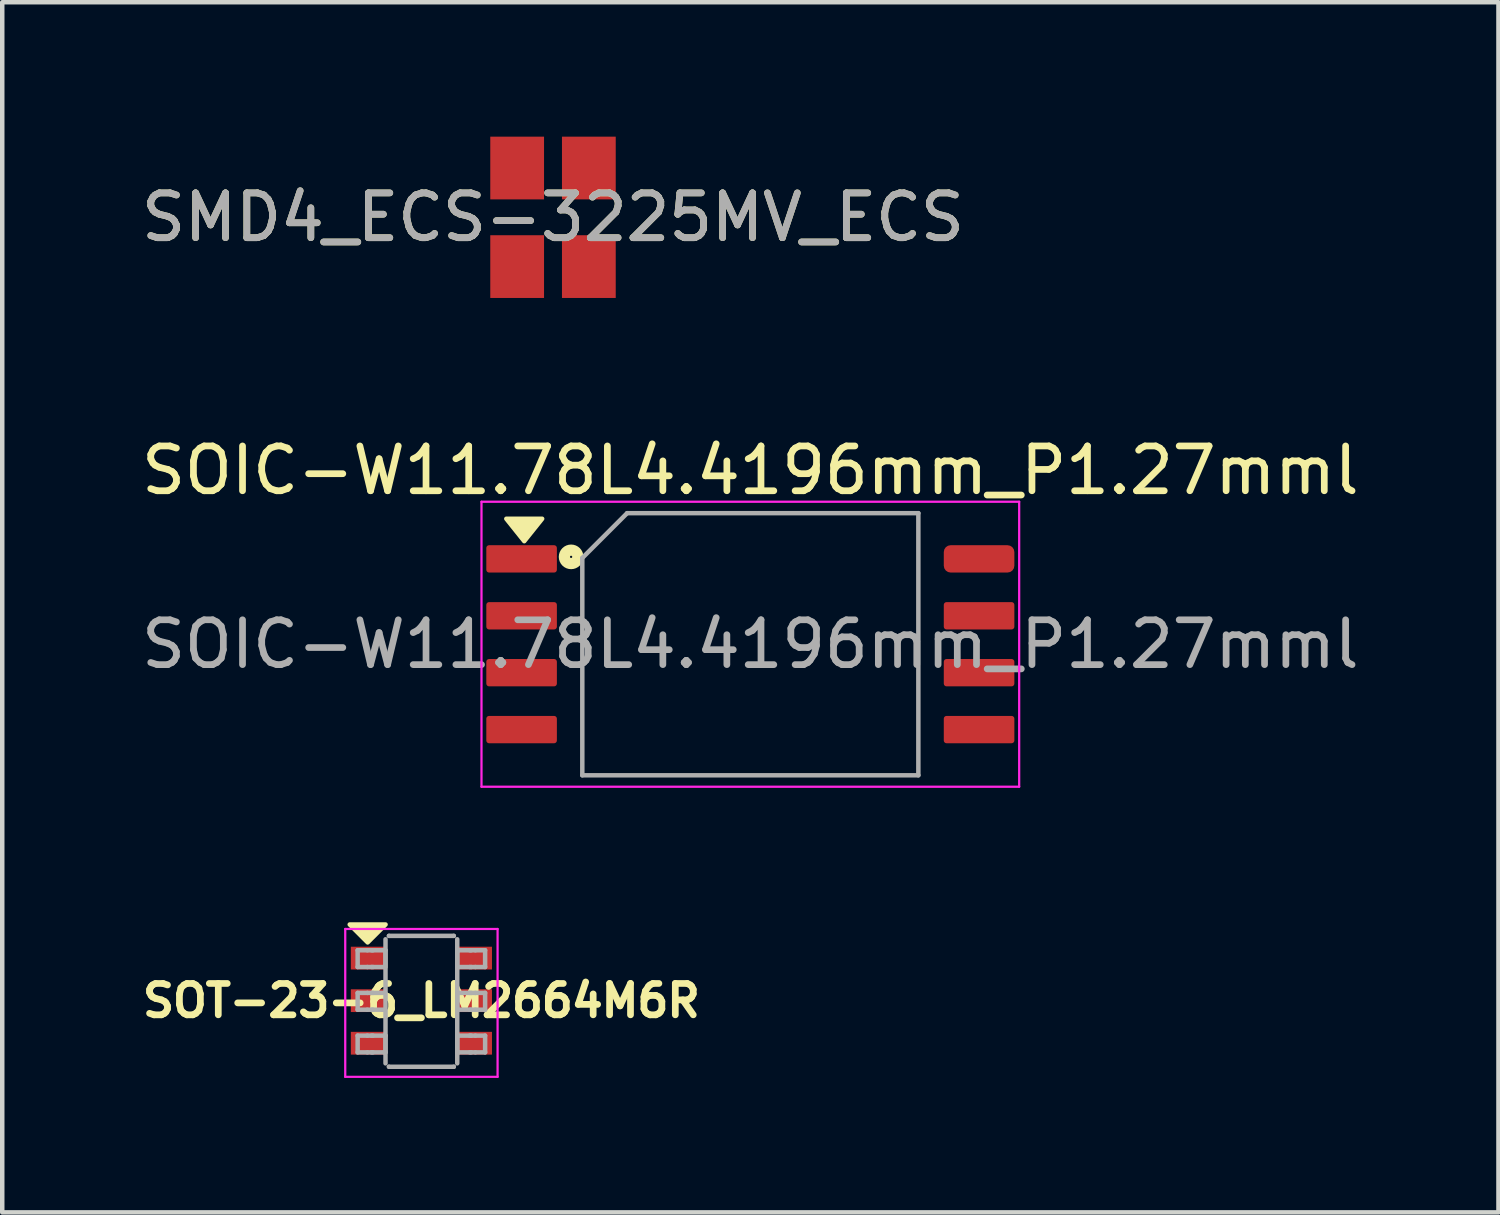
<source format=kicad_pcb>
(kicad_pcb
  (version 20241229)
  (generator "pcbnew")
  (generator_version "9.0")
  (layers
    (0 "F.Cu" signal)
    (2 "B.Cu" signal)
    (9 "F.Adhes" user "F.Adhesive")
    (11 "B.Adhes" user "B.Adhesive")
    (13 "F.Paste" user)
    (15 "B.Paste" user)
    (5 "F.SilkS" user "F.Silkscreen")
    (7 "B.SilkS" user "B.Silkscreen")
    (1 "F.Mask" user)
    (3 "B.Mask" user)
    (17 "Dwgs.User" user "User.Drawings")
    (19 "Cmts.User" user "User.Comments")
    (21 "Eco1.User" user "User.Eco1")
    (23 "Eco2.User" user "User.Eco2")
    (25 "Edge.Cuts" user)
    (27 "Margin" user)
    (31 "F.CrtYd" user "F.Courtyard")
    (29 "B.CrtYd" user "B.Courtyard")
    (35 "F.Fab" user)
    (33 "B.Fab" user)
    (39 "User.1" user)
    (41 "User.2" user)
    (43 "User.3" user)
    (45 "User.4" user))
  (footprint "SOIC-W11.78L4.4196mm_P1.27mml"
    (layer "F.Cu")
    (at 13.696 11.328)
    (property "Reference" "SOIC-W11.78L4.4196mm_P1.27mml" (at 0 -3.88 0) (layer "F.SilkS") (effects (font (size 1 1) (thickness 0.15))))
    (attr smd)
    (fp_circle (center -4 -1.95) (end -3.85 -1.95) (stroke (width 0.25) (type default)) (fill no) (layer "F.SilkS"))
    (fp_poly (pts (xy -5.446 -2.8) (xy -4.646 -2.8) (xy -5.046 -2.3)) (stroke (width 0.1) (type solid)) (fill yes) (layer "F.SilkS"))
    (fp_line (start -6 -3.18) (end -6 3.18) (stroke (width 0.05) (type solid)) (layer "F.CrtYd"))
    (fp_line (start -6 3.18) (end 6 3.18) (stroke (width 0.05) (type solid)) (layer "F.CrtYd"))
    (fp_line (start 6 -3.18) (end -6 -3.18) (stroke (width 0.05) (type solid)) (layer "F.CrtYd"))
    (fp_line (start 6 3.18) (end 6 -3.18) (stroke (width 0.05) (type solid)) (layer "F.CrtYd"))
    (fp_line (start -3.75 -1.925) (end -2.75 -2.925) (stroke (width 0.1) (type solid)) (layer "F.Fab"))
    (fp_line (start -3.75 2.925) (end -3.75 -1.925) (stroke (width 0.1) (type solid)) (layer "F.Fab"))
    (fp_line (start -2.75 -2.925) (end 3.75 -2.925) (stroke (width 0.1) (type solid)) (layer "F.Fab"))
    (fp_line (start 3.75 -2.925) (end 3.75 2.925) (stroke (width 0.1) (type solid)) (layer "F.Fab"))
    (fp_line (start 3.75 2.925) (end -3.75 2.925) (stroke (width 0.1) (type solid)) (layer "F.Fab"))
    (fp_text user "${REFERENCE}" (at 0 0 0) (layer "F.Fab") (effects (font (size 1 1) (thickness 0.15))))
    (pad "1" smd roundrect (at -5.105 -1.905) (size 1.575 0.61) (layers "F.Cu" "F.Mask" "F.Paste") (roundrect_rratio 0.1))
    (pad "2" smd roundrect (at -5.105 -0.635) (size 1.575 0.61) (layers "F.Cu" "F.Mask" "F.Paste") (roundrect_rratio 0.1))
    (pad "3" smd roundrect (at -5.105 0.635) (size 1.575 0.61) (layers "F.Cu" "F.Mask" "F.Paste") (roundrect_rratio 0.1))
    (pad "4" smd roundrect (at -5.105 1.905) (size 1.575 0.61) (layers "F.Cu" "F.Mask" "F.Paste") (roundrect_rratio 0.1))
    (pad "5" smd roundrect (at 5.105 1.905) (size 1.575 0.61) (layers "F.Cu" "F.Mask" "F.Paste") (roundrect_rratio 0.1))
    (pad "6" smd roundrect (at 5.105 0.635) (size 1.575 0.61) (layers "F.Cu" "F.Mask" "F.Paste") (roundrect_rratio 0.1))
    (pad "7" smd roundrect (at 5.105 -0.635) (size 1.575 0.61) (layers "F.Cu" "F.Mask" "F.Paste") (roundrect_rratio 0.1))
    (pad "8" smd roundrect (at 5.105 -1.905) (size 1.575 0.61) (layers "F.Cu" "F.Mask" "F.Paste") (roundrect_rratio 0.25)))
  (footprint "SMD4_ECS-3225MV_ECS"
    (layer "F.Cu")
    (at 9.292 1.8)
    (property "Reference" "SMD4_ECS-3225MV_ECS" (at 0 0 0) (unlocked yes) (layer "F.SilkS") (effects (font (size 1 1) (thickness 0.15))))
    (attr smd)
    (fp_text user "${REFERENCE}" (at 0 0 0) (unlocked yes) (layer "F.Fab") (effects (font (size 1 1) (thickness 0.15))))
    (pad "1" smd rect (at -0.8 -1.1) (size 1.2 1.4) (layers "F.Cu" "F.Mask" "F.Paste"))
    (pad "2" smd rect (at -0.8 1.1) (size 1.2 1.4) (layers "F.Cu" "F.Mask" "F.Paste"))
    (pad "3" smd rect (at 0.8 1.1) (size 1.2 1.4) (layers "F.Cu" "F.Mask" "F.Paste"))
    (pad "4" smd rect (at 0.8 -1.1) (size 1.2 1.4) (layers "F.Cu" "F.Mask" "F.Paste")))
  (footprint "SOT-23-6_LM2664M6R"
    (layer "F.Cu")
    (at 6.355 19.283)
    (property "Reference" "SOT-23-6_LM2664M6R" (at 0 0 0) (layer "F.SilkS") (effects (font (size 0.7 0.7) (thickness 0.15))))
    (attr through_hole)
    (fp_poly (pts (xy -1.2 -1.3) (xy -1.6 -1.7) (xy -0.8 -1.7)) (stroke (width 0.1) (type solid)) (fill yes) (layer "F.SilkS"))
    (fp_line (start -1.7 -1.6) (end 1.7 -1.6) (stroke (width 0.05) (type solid)) (layer "F.CrtYd"))
    (fp_line (start -1.7 1.7) (end -1.7 -1.6) (stroke (width 0.05) (type solid)) (layer "F.CrtYd"))
    (fp_line (start -1.7 1.7) (end 1.7 1.7) (stroke (width 0.05) (type solid)) (layer "F.CrtYd"))
    (fp_line (start 1.7 1.7) (end 1.7 -1.6) (stroke (width 0.05) (type solid)) (layer "F.CrtYd"))
    (fp_line (start -1.423 -1.125) (end -1.206 -1.125) (stroke (width 0.1) (type solid)) (layer "F.Fab"))
    (fp_line (start -1.423 -0.751) (end -1.423 -1.125) (stroke (width 0.1) (type solid)) (layer "F.Fab"))
    (fp_line (start -1.423 -0.751) (end -1.206 -0.751) (stroke (width 0.1) (type solid)) (layer "F.Fab"))
    (fp_line (start -1.423 -0.173) (end -1.206 -0.173) (stroke (width 0.1) (type solid)) (layer "F.Fab"))
    (fp_line (start -1.423 0.202) (end -1.423 -0.173) (stroke (width 0.1) (type solid)) (layer "F.Fab"))
    (fp_line (start -1.423 0.202) (end -1.206 0.202) (stroke (width 0.1) (type solid)) (layer "F.Fab"))
    (fp_line (start -1.423 0.78) (end -1.206 0.78) (stroke (width 0.1) (type solid)) (layer "F.Fab"))
    (fp_line (start -1.423 1.154) (end -1.423 0.78) (stroke (width 0.1) (type solid)) (layer "F.Fab"))
    (fp_line (start -1.423 1.154) (end -1.206 1.154) (stroke (width 0.1) (type solid)) (layer "F.Fab"))
    (fp_line (start -1.206 -1.125) (end -1.113 -1.125) (stroke (width 0.1) (type solid)) (layer "F.Fab"))
    (fp_line (start -1.206 -0.751) (end -1.113 -0.751) (stroke (width 0.1) (type solid)) (layer "F.Fab"))
    (fp_line (start -1.206 -0.173) (end -1.113 -0.173) (stroke (width 0.1) (type solid)) (layer "F.Fab"))
    (fp_line (start -1.206 0.202) (end -1.113 0.202) (stroke (width 0.1) (type solid)) (layer "F.Fab"))
    (fp_line (start -1.206 0.78) (end -1.113 0.78) (stroke (width 0.1) (type solid)) (layer "F.Fab"))
    (fp_line (start -1.206 1.154) (end -1.113 1.154) (stroke (width 0.1) (type solid)) (layer "F.Fab"))
    (fp_line (start -1.113 -1.125) (end -1.081 -1.125) (stroke (width 0.1) (type solid)) (layer "F.Fab"))
    (fp_line (start -1.113 -0.751) (end -1.081 -0.751) (stroke (width 0.1) (type solid)) (layer "F.Fab"))
    (fp_line (start -1.113 -0.173) (end -1.081 -0.173) (stroke (width 0.1) (type solid)) (layer "F.Fab"))
    (fp_line (start -1.113 0.202) (end -1.081 0.202) (stroke (width 0.1) (type solid)) (layer "F.Fab"))
    (fp_line (start -1.113 0.78) (end -1.081 0.78) (stroke (width 0.1) (type solid)) (layer "F.Fab"))
    (fp_line (start -1.113 1.154) (end -1.081 1.154) (stroke (width 0.1) (type solid)) (layer "F.Fab"))
    (fp_line (start -1.081 -1.125) (end -0.828 -1.125) (stroke (width 0.1) (type solid)) (layer "F.Fab"))
    (fp_line (start -1.081 -0.751) (end -0.828 -0.751) (stroke (width 0.1) (type solid)) (layer "F.Fab"))
    (fp_line (start -1.081 -0.173) (end -0.828 -0.173) (stroke (width 0.1) (type solid)) (layer "F.Fab"))
    (fp_line (start -1.081 0.202) (end -0.828 0.202) (stroke (width 0.1) (type solid)) (layer "F.Fab"))
    (fp_line (start -1.081 0.78) (end -0.828 0.78) (stroke (width 0.1) (type solid)) (layer "F.Fab"))
    (fp_line (start -1.081 1.154) (end -0.828 1.154) (stroke (width 0.1) (type solid)) (layer "F.Fab"))
    (fp_line (start -0.828 -1.125) (end -0.801 -1.125) (stroke (width 0.1) (type solid)) (layer "F.Fab"))
    (fp_line (start -0.828 0.78) (end -0.801 0.78) (stroke (width 0.1) (type solid)) (layer "F.Fab"))
    (fp_line (start -0.828 1.154) (end -0.801 1.154) (stroke (width 0.1) (type solid)) (layer "F.Fab"))
    (fp_line (start -0.801 -0.751) (end -0.801 -1.125) (stroke (width 0.1) (type solid)) (layer "F.Fab"))
    (fp_line (start -0.801 1.154) (end -0.801 0.78) (stroke (width 0.1) (type solid)) (layer "F.Fab"))
    (fp_line (start -0.801 1.399) (end -0.801 -1.37) (stroke (width 0.1) (type solid)) (layer "F.Fab"))
    (fp_line (start -0.725 -1.446) (end -0.724 -1.446) (stroke (width 0.1) (type solid)) (layer "F.Fab"))
    (fp_line (start -0.725 1.475) (end -0.724 1.475) (stroke (width 0.1) (type solid)) (layer "F.Fab"))
    (fp_line (start -0.724 -1.446) (end 0.723 -1.446) (stroke (width 0.1) (type solid)) (layer "F.Fab"))
    (fp_line (start -0.724 1.475) (end 0.723 1.475) (stroke (width 0.1) (type solid)) (layer "F.Fab"))
    (fp_line (start 0.723 -1.446) (end 0.724 -1.446) (stroke (width 0.1) (type solid)) (layer "F.Fab"))
    (fp_line (start 0.723 1.475) (end 0.724 1.475) (stroke (width 0.1) (type solid)) (layer "F.Fab"))
    (fp_line (start 0.8 -1.125) (end 0.827 -1.125) (stroke (width 0.1) (type solid)) (layer "F.Fab"))
    (fp_line (start 0.8 -0.751) (end 0.8 -1.125) (stroke (width 0.1) (type solid)) (layer "F.Fab"))
    (fp_line (start 0.8 -0.751) (end 0.827 -0.751) (stroke (width 0.1) (type solid)) (layer "F.Fab"))
    (fp_line (start 0.8 -0.173) (end 0.827 -0.173) (stroke (width 0.1) (type solid)) (layer "F.Fab"))
    (fp_line (start 0.8 0.202) (end 0.8 -0.173) (stroke (width 0.1) (type solid)) (layer "F.Fab"))
    (fp_line (start 0.8 0.202) (end 0.827 0.202) (stroke (width 0.1) (type solid)) (layer "F.Fab"))
    (fp_line (start 0.8 0.78) (end 0.827 0.78) (stroke (width 0.1) (type solid)) (layer "F.Fab"))
    (fp_line (start 0.8 1.154) (end 0.8 0.78) (stroke (width 0.1) (type solid)) (layer "F.Fab"))
    (fp_line (start 0.8 1.154) (end 0.827 1.154) (stroke (width 0.1) (type solid)) (layer "F.Fab"))
    (fp_line (start 0.8 1.399) (end 0.8 -1.37) (stroke (width 0.1) (type solid)) (layer "F.Fab"))
    (fp_line (start 0.827 -1.125) (end 1.08 -1.125) (stroke (width 0.1) (type solid)) (layer "F.Fab"))
    (fp_line (start 0.827 -0.751) (end 1.08 -0.751) (stroke (width 0.1) (type solid)) (layer "F.Fab"))
    (fp_line (start 0.827 -0.173) (end 1.08 -0.173) (stroke (width 0.1) (type solid)) (layer "F.Fab"))
    (fp_line (start 0.827 0.202) (end 1.08 0.202) (stroke (width 0.1) (type solid)) (layer "F.Fab"))
    (fp_line (start 0.827 0.78) (end 1.08 0.78) (stroke (width 0.1) (type solid)) (layer "F.Fab"))
    (fp_line (start 0.827 1.154) (end 1.08 1.154) (stroke (width 0.1) (type solid)) (layer "F.Fab"))
    (fp_line (start 1.08 -1.125) (end 1.112 -1.125) (stroke (width 0.1) (type solid)) (layer "F.Fab"))
    (fp_line (start 1.08 -0.751) (end 1.112 -0.751) (stroke (width 0.1) (type solid)) (layer "F.Fab"))
    (fp_line (start 1.08 -0.173) (end 1.112 -0.173) (stroke (width 0.1) (type solid)) (layer "F.Fab"))
    (fp_line (start 1.08 0.202) (end 1.112 0.202) (stroke (width 0.1) (type solid)) (layer "F.Fab"))
    (fp_line (start 1.08 0.78) (end 1.112 0.78) (stroke (width 0.1) (type solid)) (layer "F.Fab"))
    (fp_line (start 1.08 1.154) (end 1.112 1.154) (stroke (width 0.1) (type solid)) (layer "F.Fab"))
    (fp_line (start 1.112 -1.125) (end 1.205 -1.125) (stroke (width 0.1) (type solid)) (layer "F.Fab"))
    (fp_line (start 1.112 -0.751) (end 1.205 -0.751) (stroke (width 0.1) (type solid)) (layer "F.Fab"))
    (fp_line (start 1.112 -0.173) (end 1.205 -0.173) (stroke (width 0.1) (type solid)) (layer "F.Fab"))
    (fp_line (start 1.112 0.202) (end 1.205 0.202) (stroke (width 0.1) (type solid)) (layer "F.Fab"))
    (fp_line (start 1.112 0.78) (end 1.205 0.78) (stroke (width 0.1) (type solid)) (layer "F.Fab"))
    (fp_line (start 1.112 1.154) (end 1.205 1.154) (stroke (width 0.1) (type solid)) (layer "F.Fab"))
    (fp_line (start 1.205 -1.125) (end 1.422 -1.125) (stroke (width 0.1) (type solid)) (layer "F.Fab"))
    (fp_line (start 1.205 -0.751) (end 1.422 -0.751) (stroke (width 0.1) (type solid)) (layer "F.Fab"))
    (fp_line (start 1.205 -0.173) (end 1.422 -0.173) (stroke (width 0.1) (type solid)) (layer "F.Fab"))
    (fp_line (start 1.205 0.202) (end 1.422 0.202) (stroke (width 0.1) (type solid)) (layer "F.Fab"))
    (fp_line (start 1.205 0.78) (end 1.422 0.78) (stroke (width 0.1) (type solid)) (layer "F.Fab"))
    (fp_line (start 1.205 1.154) (end 1.422 1.154) (stroke (width 0.1) (type solid)) (layer "F.Fab"))
    (fp_line (start 1.422 -0.751) (end 1.422 -1.125) (stroke (width 0.1) (type solid)) (layer "F.Fab"))
    (fp_line (start 1.422 0.202) (end 1.422 -0.173) (stroke (width 0.1) (type solid)) (layer "F.Fab"))
    (fp_line (start 1.422 1.154) (end 1.422 0.78) (stroke (width 0.1) (type solid)) (layer "F.Fab"))
    (pad "1" smd rect (at -1.194 -0.95 90) (size 0.508 0.762) (layers "F.Cu" "F.Mask" "F.Paste"))
    (pad "2" smd rect (at -1.194 0 90) (size 0.508 0.762) (layers "F.Cu" "F.Mask" "F.Paste"))
    (pad "3" smd rect (at -1.194 0.95 90) (size 0.508 0.762) (layers "F.Cu" "F.Mask" "F.Paste"))
    (pad "4" smd rect (at 1.194 0.95 90) (size 0.508 0.762) (layers "F.Cu" "F.Mask" "F.Paste"))
    (pad "5" smd rect (at 1.194 0 90) (size 0.508 0.762) (layers "F.Cu" "F.Mask" "F.Paste"))
    (pad "6" smd rect (at 1.194 -0.95 90) (size 0.508 0.762) (layers "F.Cu" "F.Mask" "F.Paste")))
  (gr_rect
    (start -3 -3)
    (end 30.393 24.008)
    (stroke (width 0.1) (type default))
    (fill no)
    (layer "Edge.Cuts")))
</source>
